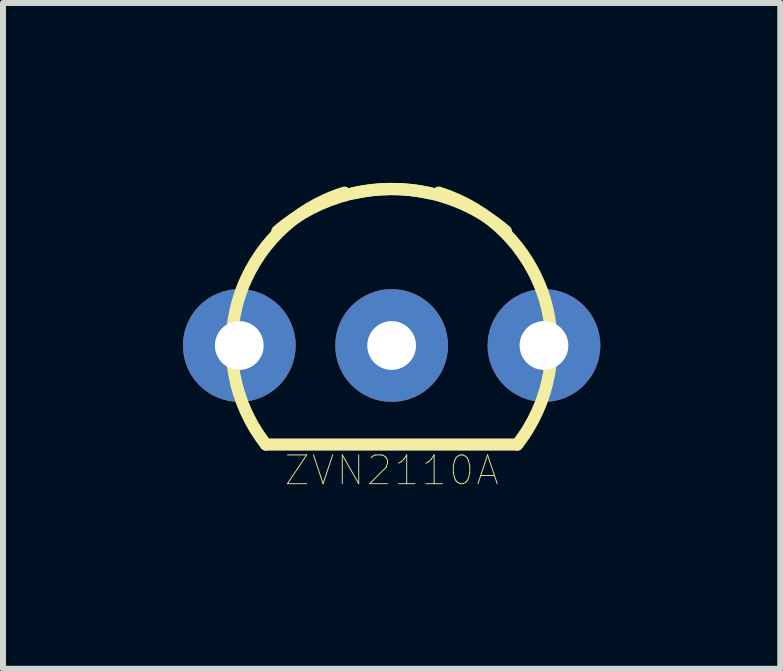
<source format=kicad_pcb>
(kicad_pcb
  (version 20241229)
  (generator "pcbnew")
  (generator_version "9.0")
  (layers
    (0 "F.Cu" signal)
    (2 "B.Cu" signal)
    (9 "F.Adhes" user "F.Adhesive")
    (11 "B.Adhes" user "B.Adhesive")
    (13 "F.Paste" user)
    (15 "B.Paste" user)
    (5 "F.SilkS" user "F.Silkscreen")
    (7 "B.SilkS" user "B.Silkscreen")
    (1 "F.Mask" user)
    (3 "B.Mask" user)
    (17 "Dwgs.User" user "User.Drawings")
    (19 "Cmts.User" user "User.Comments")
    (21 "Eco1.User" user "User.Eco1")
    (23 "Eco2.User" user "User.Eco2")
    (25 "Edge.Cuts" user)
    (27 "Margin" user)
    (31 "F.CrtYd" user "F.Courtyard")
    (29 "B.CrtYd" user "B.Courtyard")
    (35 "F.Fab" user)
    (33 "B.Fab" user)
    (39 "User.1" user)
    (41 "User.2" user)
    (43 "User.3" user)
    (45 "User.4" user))
  (footprint "ZVN2110A"
    (layer "F.Cu")
    (at 3.48 2.711)
    (property "Reference" "ZVN2110A" (at 0 2.083 0) (layer "F.SilkS") (effects (font (size 0.48 0.48) (thickness 0.015))))
    (attr through_hole)
    (fp_line (start -2.095 1.651) (end 2.095 1.651) (stroke (width 0.203) (type solid)) (layer "F.SilkS"))
    (fp_arc (start -2.0946 1.651) (mid -2.54634 -0.793276) (end -0.7863 -2.5485) (stroke (width 0.2032) (type solid)) (layer "F.SilkS"))
    (fp_arc (start -1.905 -1.905) (mid -0.709952 -2.522306) (end 0.635 -2.54) (stroke (width 0.2032) (type solid)) (layer "F.SilkS"))
    (fp_arc (start -0.635 -2.54) (mid 0 -2.609705) (end 0.635 -2.54) (stroke (width 0.2032) (type solid)) (layer "F.SilkS"))
    (fp_arc (start 0.635 -2.54) (mid 1.309086 -2.300672) (end 1.905 -1.905) (stroke (width 0.2032) (type solid)) (layer "F.SilkS"))
    (fp_arc (start 0.786299 -2.5484) (mid 2.546275 -0.793203) (end 2.0945 1.651) (stroke (width 0.2032) (type solid)) (layer "F.SilkS"))
    (pad "1" thru_hole circle (at -2.54 0) (size 1.88 1.88) (drill 0.813) (layers "*.Cu" "*.Mask"))
    (pad "2" thru_hole circle (at 0 0) (size 1.88 1.88) (drill 0.813) (layers "*.Cu" "*.Mask"))
    (pad "3" thru_hole circle (at 2.54 0) (size 1.88 1.88) (drill 0.813) (layers "*.Cu" "*.Mask")))
  (gr_rect
    (start -3 -3)
    (end 9.96 8.101)
    (stroke (width 0.1) (type default))
    (fill no)
    (layer "Edge.Cuts")))
</source>
